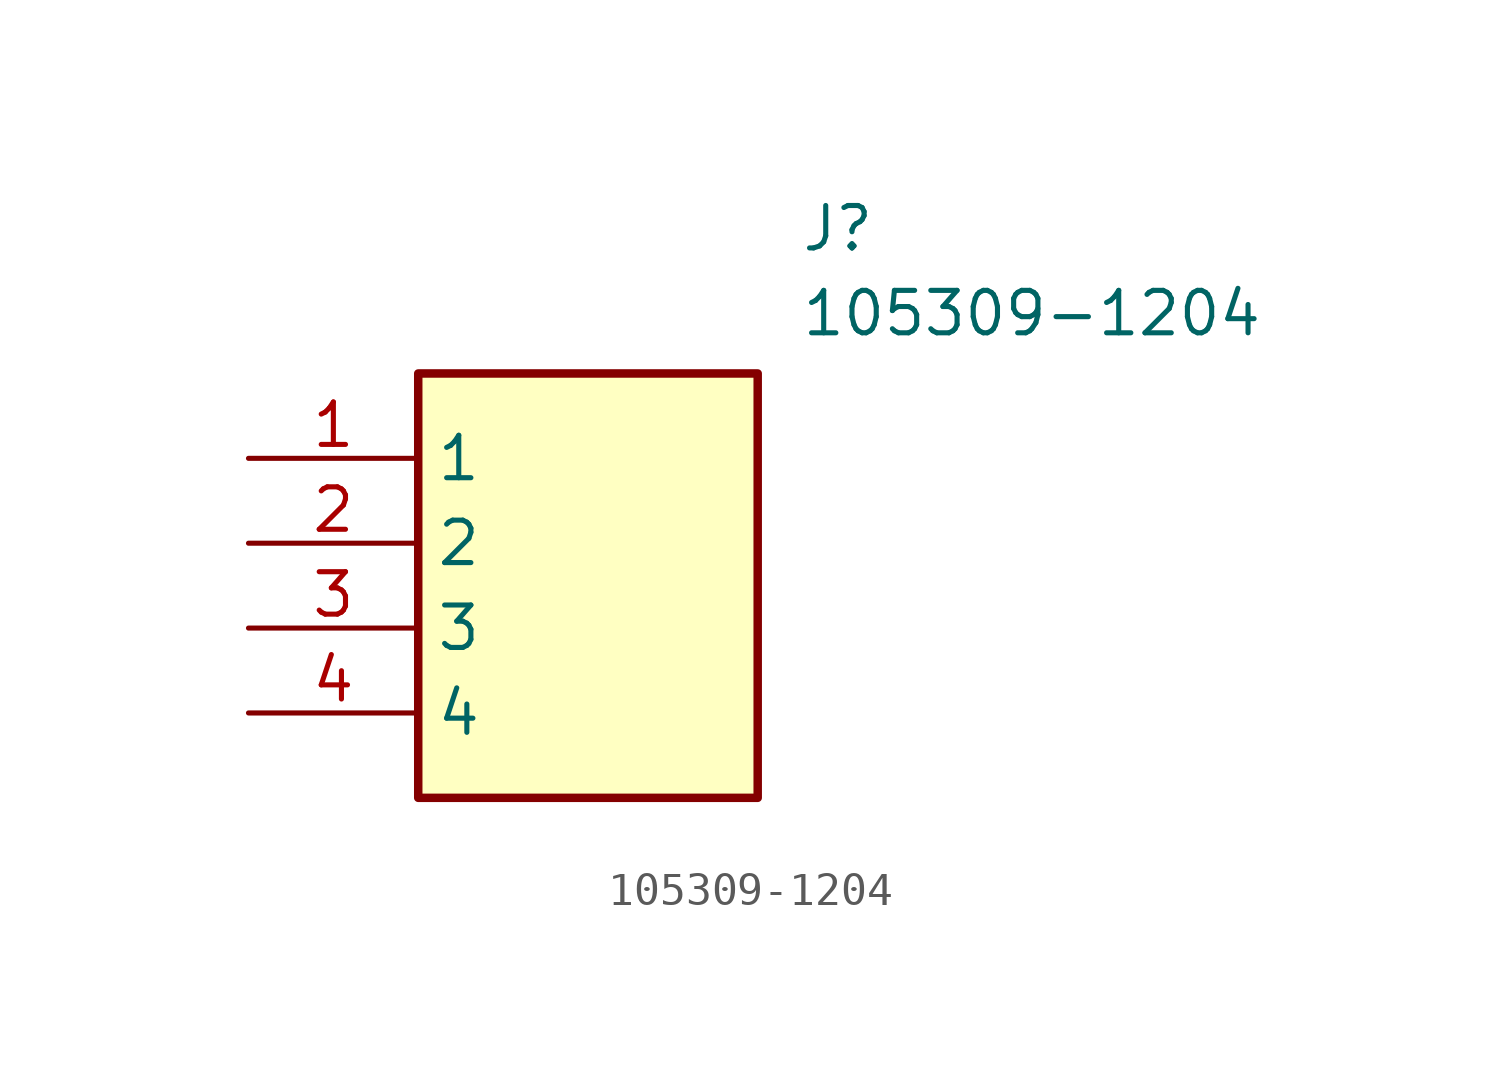
<source format=kicad_sym>
(kicad_symbol_lib
  (version 20211014)
  (generator SamacSys_ECAD_Model)
  (symbol "105309-1204"
    (property "Reference" "J"
      (at 16.51 7.62 0)
      (effects (font (size 1.27 1.27)) (justify left top)))
    (property "Value" "105309-1204"
      (at 16.51 5.08 0)
      (effects (font (size 1.27 1.27)) (justify left top)))
    (rectangle
      (start 5.08 2.54)
      (end 15.24 -10.16)
      (stroke (width 0.254) (type default))
      (fill (type background)))
    (pin passive line
      (at 0 0 0)
      (length 5.08)
      (name "1" (effects (font (size 1.27 1.27))))
      (number "1" (effects (font (size 1.27 1.27)))))
    (pin passive line
      (at 0 -2.54 0)
      (length 5.08)
      (name "2" (effects (font (size 1.27 1.27))))
      (number "2" (effects (font (size 1.27 1.27)))))
    (pin passive line
      (at 0 -5.08 0)
      (length 5.08)
      (name "3" (effects (font (size 1.27 1.27))))
      (number "3" (effects (font (size 1.27 1.27)))))
    (pin passive line
      (at 0 -7.62 0)
      (length 5.08)
      (name "4" (effects (font (size 1.27 1.27))))
      (number "4" (effects (font (size 1.27 1.27)))))))
</source>
